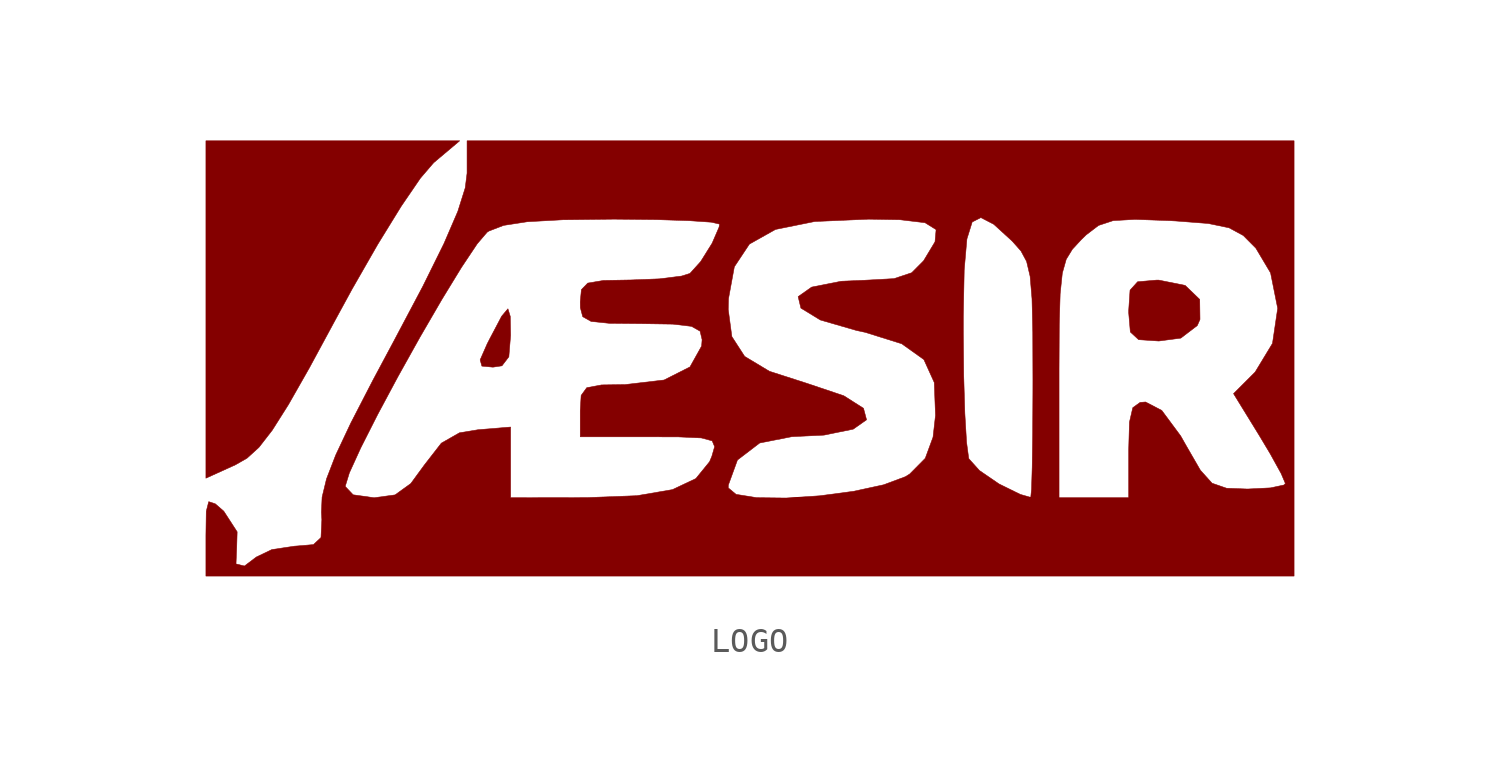
<source format=kicad_sym>
(kicad_symbol_lib
  (version 20220914)
  (generator bitmap2component)
  (symbol "LOGO"
    (pin_names
      (offset 1.016))
    (property "Reference" "#G"
      (at 0 8.309 0)
      (effects (font (size 1.27 1.27)) hide))
    (symbol "LOGO_0_0"
      (polyline (pts (xy 22.538 0) (xy 22.538 8.944) (xy 5.545 8.944) (xy -11.448 8.944) (xy -11.448 7.614) (xy -11.524 7.009) (xy -11.828 6.044) (xy -12.398 4.721) (xy -13.27 2.957) (xy -14.482 0.668) (xy -15.319 -0.897) (xy -16.226 -2.654) (xy -16.846 -3.97) (xy -17.225 -4.951) (xy -17.299 -5.258) (xy -16.456 -5.258) (xy -16.286 -4.704) (xy -15.816 -3.673) (xy -15.124 -2.307) (xy -14.287 -0.744) (xy -13.382 0.877) (xy -12.486 2.419) (xy -11.677 3.743) (xy -11.03 4.712) (xy -10.624 5.187) (xy -10.548 5.236) (xy -9.944 5.468) (xy -8.973 5.618) (xy -7.518 5.699) (xy -5.465 5.724) (xy -5.339 5.724) (xy -3.678 5.706) (xy -2.322 5.662) (xy -1.408 5.599) (xy -1.073 5.521) (xy -1.091 5.398) (xy -1.377 4.736) (xy -1.848 3.982) (xy -2.289 3.494) (xy -2.635 3.385) (xy -3.549 3.271) (xy -4.74 3.225) (xy -5.847 3.204) (xy -6.489 3.097) (xy -6.749 2.829) (xy -6.797 2.325) (xy -6.793 2.087) (xy -6.775 2.019) (xy -0.716 2.019) (xy -0.705 2.454) (xy -0.464 3.766) (xy 0.155 4.699) (xy 1.229 5.302) (xy 2.838 5.627) (xy 5.062 5.724) (xy 6.341 5.701) (xy 7.372 5.578) (xy 7.827 5.294) (xy 7.782 4.793) (xy 7.314 4.015) (xy 6.824 3.522) (xy 6.097 3.28) (xy 4.899 3.214) (xy 3.927 3.172) (xy 2.712 2.932) (xy 2.157 2.541) (xy 2.271 2.068) (xy 3.067 1.581) (xy 4.556 1.15) (xy 4.777 1.103) (xy 8.944 1.103) (xy 8.945 1.726) (xy 8.982 3.637) (xy 9.093 4.91) (xy 9.31 5.607) (xy 9.667 5.788) (xy 10.196 5.514) (xy 10.928 4.846) (xy 10.974 4.799) (xy 11.314 4.416) (xy 11.546 3.986) (xy 11.69 3.375) (xy 11.768 2.45) (xy 11.8 1.077) (xy 11.806 -0.878) (xy 11.805 -1.39) (xy 11.796 -3.09) (xy 11.776 -4.463) (xy 11.749 -5.379) (xy 11.716 -5.71) (xy 11.288 -5.587) (xy 10.412 -5.156) (xy 9.609 -4.606) (xy 9.176 -4.125) (xy 9.165 -4.092) (xy 9.079 -3.446) (xy 9.008 -2.259) (xy 8.961 -0.691) (xy 8.944 1.103) (xy 4.777 1.103) (xy 4.914 1.073) (xy 6.413 0.604) (xy 7.324 -0.045) (xy 7.752 -0.989) (xy 7.802 -2.341) (xy 7.701 -3.234) (xy 7.381 -4.104) (xy 6.744 -4.747) (xy 6.567 -4.858) (xy 5.671 -5.192) (xy 4.439 -5.459) (xy 3.044 -5.644) (xy 1.844 -5.724) (xy 12.879 -5.724) (xy 12.879 -0.878) (xy 12.879 -0.446) (xy 12.888 1.382) (xy 12.925 2.655) (xy 13.014 3.507) (xy 13.174 4.073) (xy 13.427 4.487) (xy 13.795 4.884) (xy 13.994 5.078) (xy 14.503 5.466) (xy 15.104 5.664) (xy 16.005 5.715) (xy 17.411 5.664) (xy 17.682 5.649) (xy 19.012 5.546) (xy 19.866 5.369) (xy 20.449 5.053) (xy 20.967 4.532) (xy 21.572 3.516) (xy 21.864 2.06) (xy 21.651 0.619) (xy 20.936 -0.561) (xy 20.05 -1.447) (xy 21.115 -3.178) (xy 21.559 -3.92) (xy 22.007 -4.731) (xy 22.18 -5.138) (xy 22.12 -5.201) (xy 21.568 -5.319) (xy 20.627 -5.366) (xy 19.762 -5.333) (xy 19.168 -5.127) (xy 18.687 -4.593) (xy 18.101 -3.578) (xy 17.877 -3.183) (xy 17.101 -2.136) (xy 16.434 -1.789) (xy 16.21 -1.807) (xy 15.91 -2.023) (xy 15.773 -2.617) (xy 15.741 -3.756) (xy 15.741 -5.724) (xy 14.31 -5.724) (xy 12.879 -5.724) (xy 1.844 -5.724) (xy 1.659 -5.736) (xy 0.455 -5.721) (xy -0.394 -5.585) (xy -0.716 -5.317) (xy -0.712 -5.205) (xy -0.336 -4.173) (xy 0.579 -3.474) (xy 1.899 -3.215) (xy 3.219 -3.151) (xy 4.423 -2.905) (xy 4.969 -2.521) (xy 4.843 -2.047) (xy 4.031 -1.532) (xy 2.52 -1.024) (xy 0.976 -0.527) (xy -0.04 0.084) (xy -0.566 0.897) (xy -0.716 2.019) (xy -6.775 2.019) (xy -6.695 1.716) (xy -6.35 1.521) (xy -5.601 1.444) (xy -4.293 1.431) (xy -2.991 1.41) (xy -2.223 1.319) (xy -1.872 1.12) (xy -1.789 0.771) (xy -1.809 0.509) (xy -2.287 -0.347) (xy -3.352 -0.886) (xy -4.947 -1.073) (xy -5.921 -1.088) (xy -6.529 -1.201) (xy -6.76 -1.519) (xy -6.797 -2.147) (xy -6.797 -3.22) (xy -3.947 -3.22) (xy -2.749 -3.224) (xy -1.823 -3.266) (xy -1.375 -3.386) (xy -1.275 -3.625) (xy -1.39 -4.025) (xy -1.482 -4.243) (xy -2.046 -4.936) (xy -3.007 -5.39) (xy -4.468 -5.64) (xy -6.529 -5.719) (xy -9.659 -5.724) (xy -9.659 -4.271) (xy -9.659 -2.819) (xy -11 -2.93) (xy -11.76 -3.055) (xy -12.506 -3.481) (xy -13.206 -4.382) (xy -13.762 -5.142) (xy -14.408 -5.607) (xy -15.264 -5.724) (xy -16.13 -5.603) (xy -16.456 -5.258) (xy -17.299 -5.258) (xy -17.406 -5.699) (xy -17.433 -6.32) (xy -17.416 -6.626) (xy -17.451 -7.359) (xy -17.763 -7.65) (xy -18.516 -7.713) (xy -18.529 -7.713) (xy -19.47 -7.854) (xy -20.108 -8.16) (xy -20.596 -8.53) (xy -20.944 -8.444) (xy -20.915 -7.765) (xy -20.897 -7.124) (xy -21.445 -6.279) (xy -21.794 -5.975) (xy -22.065 -5.885) (xy -22.166 -6.281) (xy -22.18 -7.278) (xy -22.18 -8.944) (xy 0.179 -8.944) (xy 22.538 -8.944) (xy 22.538 0)) (stroke (width 0.01) (type default)) (fill (type outline)))
      (polyline (pts (xy -20.965 -4.37) (xy -20.491 -4.099) (xy -20.001 -3.654) (xy -19.455 -2.951) (xy -18.787 -1.895) (xy -17.93 -0.389) (xy -16.821 1.661) (xy -16.173 2.85) (xy -15.115 4.695) (xy -14.154 6.254) (xy -13.365 7.409) (xy -12.821 8.043) (xy -11.751 8.944) (xy -16.965 8.944) (xy -22.18 8.944) (xy -22.18 2.011) (xy -22.18 -4.921) (xy -20.965 -4.37)) (stroke (width 0.01) (type default)) (fill (type outline)))
      (polyline (pts (xy -10.015 -0.303) (xy -9.731 0.068) (xy -9.659 0.954) (xy -9.673 1.728) (xy -9.769 2.041) (xy -10.025 1.738) (xy -10.517 0.805) (xy -10.622 0.599) (xy -10.911 -0.059) (xy -10.839 -0.315) (xy -10.384 -0.358) (xy -10.015 -0.303)) (stroke (width 0.01) (type default)) (fill (type outline)))
      (polyline (pts (xy 17.883 0.835) (xy 18.56 1.351) (xy 18.671 1.603) (xy 18.66 2.425) (xy 18.062 3.002) (xy 16.975 3.22) (xy 16.891 3.22) (xy 16.108 3.151) (xy 15.797 2.807) (xy 15.741 1.968) (xy 15.741 1.879) (xy 15.809 1.087) (xy 16.149 0.772) (xy 16.98 0.716) (xy 17.883 0.835)) (stroke (width 0.01) (type default)) (fill (type outline))))))
</source>
